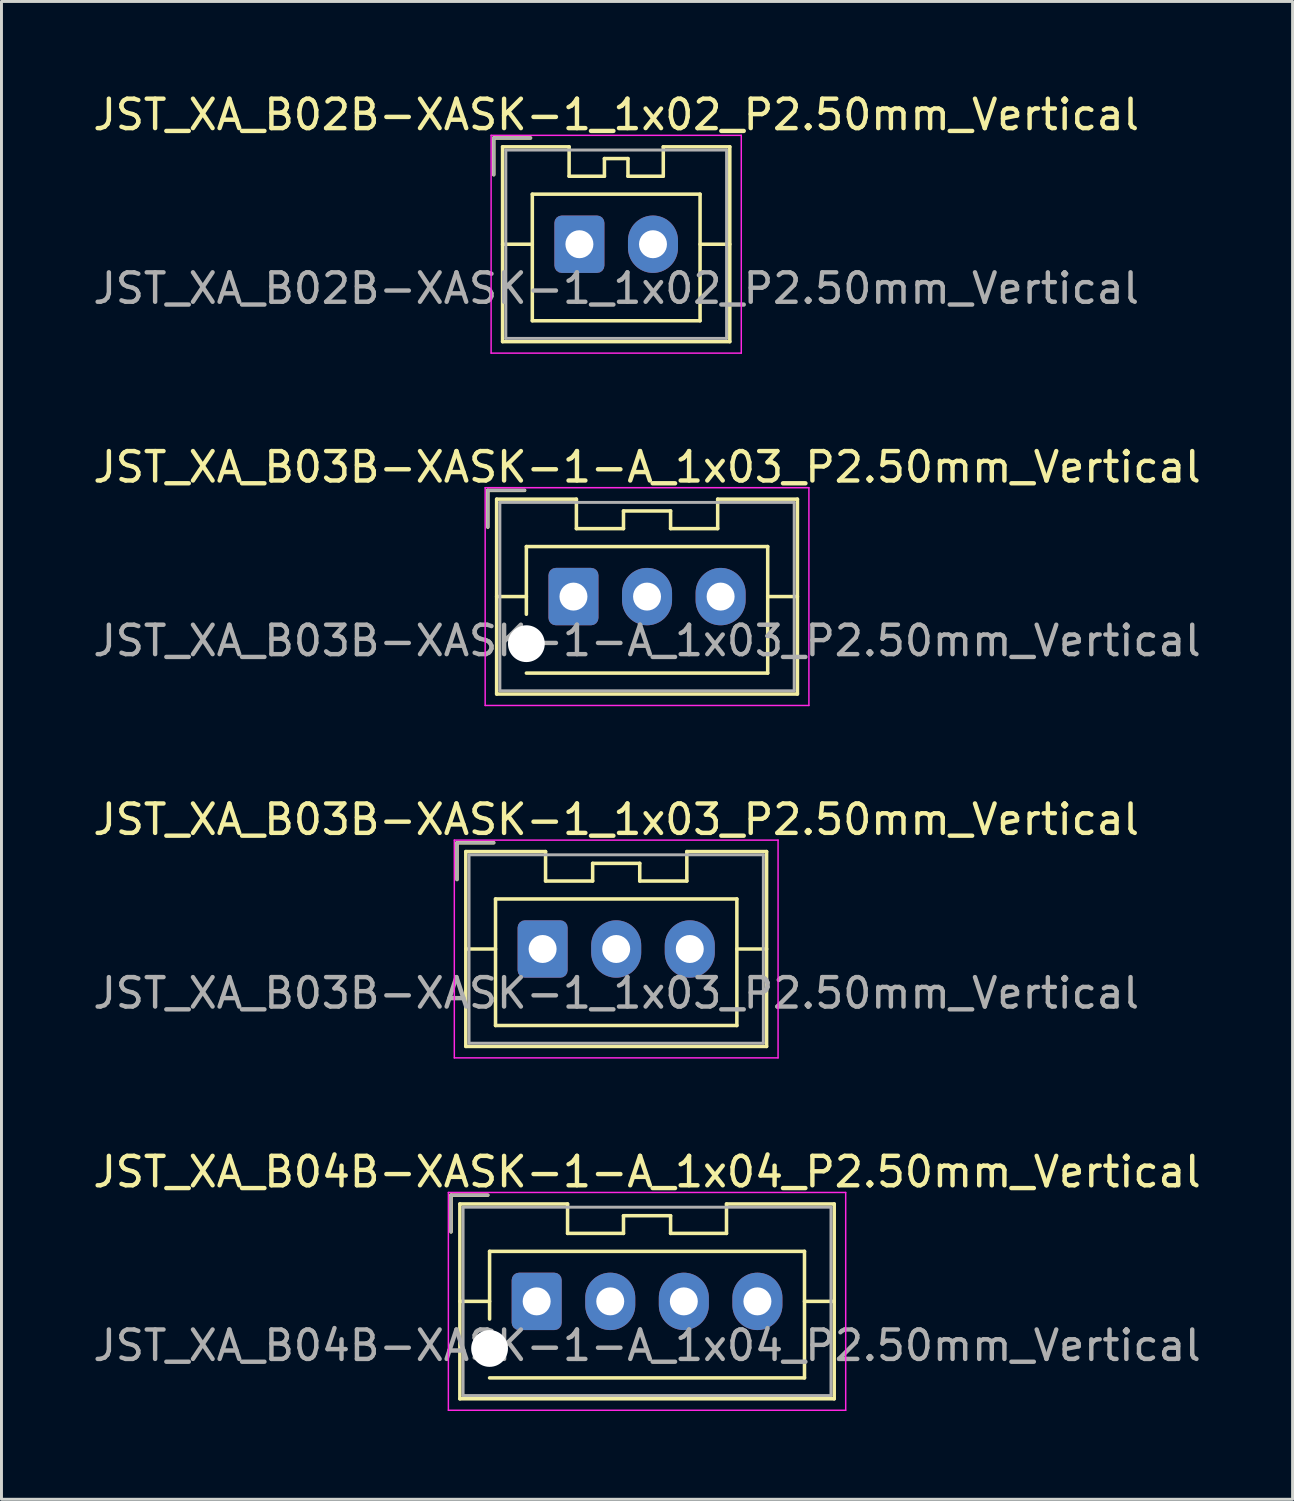
<source format=kicad_pcb>
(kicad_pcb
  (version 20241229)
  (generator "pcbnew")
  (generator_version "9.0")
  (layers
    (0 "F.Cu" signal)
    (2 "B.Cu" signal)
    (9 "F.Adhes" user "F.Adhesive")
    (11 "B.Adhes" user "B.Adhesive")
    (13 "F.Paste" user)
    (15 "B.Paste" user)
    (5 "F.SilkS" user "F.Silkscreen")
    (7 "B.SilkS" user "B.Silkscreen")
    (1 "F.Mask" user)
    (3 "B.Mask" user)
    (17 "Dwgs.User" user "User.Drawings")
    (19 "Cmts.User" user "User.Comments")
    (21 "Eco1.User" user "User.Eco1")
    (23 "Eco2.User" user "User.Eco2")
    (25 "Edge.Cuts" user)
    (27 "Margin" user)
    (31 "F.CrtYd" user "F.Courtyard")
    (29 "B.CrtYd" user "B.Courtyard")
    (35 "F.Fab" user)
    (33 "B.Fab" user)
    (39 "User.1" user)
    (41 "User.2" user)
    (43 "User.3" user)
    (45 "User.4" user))
  (footprint "JST_XA_B04B-XASK-1-A_1x04_P2.50mm_Vertical"
    (layer "F.Cu")
    (at 15.185 41.168)
    (property "Reference" "JST_XA_B04B-XASK-1-A_1x04_P2.50mm_Vertical" (at 3.75 -4.4 0) (layer "F.SilkS") (effects (font (size 1 1) (thickness 0.15))))
    (attr through_hole)
    (fp_line (start -2.91 -3.61) (end -2.91 -2.36) (stroke (width 0.12) (type solid)) (layer "F.SilkS"))
    (fp_line (start -2.61 -3.31) (end -2.61 3.31) (stroke (width 0.12) (type solid)) (layer "F.SilkS"))
    (fp_line (start -2.61 0) (end -1.6 0) (stroke (width 0.12) (type solid)) (layer "F.SilkS"))
    (fp_line (start -2.61 3.31) (end 10.11 3.31) (stroke (width 0.12) (type solid)) (layer "F.SilkS"))
    (fp_line (start -1.66 -3.61) (end -2.91 -3.61) (stroke (width 0.12) (type solid)) (layer "F.SilkS"))
    (fp_line (start -1.6 -1.7) (end 9.1 -1.7) (stroke (width 0.12) (type solid)) (layer "F.SilkS"))
    (fp_line (start -1.6 0.6) (end -1.6 -1.7) (stroke (width 0.12) (type solid)) (layer "F.SilkS"))
    (fp_line (start 1.05 -3.31) (end -2.61 -3.31) (stroke (width 0.12) (type solid)) (layer "F.SilkS"))
    (fp_line (start 1.05 -2.31) (end 1.05 -3.31) (stroke (width 0.12) (type solid)) (layer "F.SilkS"))
    (fp_line (start 2.95 -2.91) (end 2.95 -2.31) (stroke (width 0.12) (type solid)) (layer "F.SilkS"))
    (fp_line (start 2.95 -2.31) (end 1.05 -2.31) (stroke (width 0.12) (type solid)) (layer "F.SilkS"))
    (fp_line (start 4.55 -2.91) (end 2.95 -2.91) (stroke (width 0.12) (type solid)) (layer "F.SilkS"))
    (fp_line (start 4.55 -2.31) (end 4.55 -2.91) (stroke (width 0.12) (type solid)) (layer "F.SilkS"))
    (fp_line (start 6.45 -3.31) (end 6.45 -2.31) (stroke (width 0.12) (type solid)) (layer "F.SilkS"))
    (fp_line (start 6.45 -2.31) (end 4.55 -2.31) (stroke (width 0.12) (type solid)) (layer "F.SilkS"))
    (fp_line (start 9.1 -1.7) (end 9.1 2.6) (stroke (width 0.12) (type solid)) (layer "F.SilkS"))
    (fp_line (start 9.1 2.6) (end -1.6 2.6) (stroke (width 0.12) (type solid)) (layer "F.SilkS"))
    (fp_line (start 10.11 -3.31) (end 6.45 -3.31) (stroke (width 0.12) (type solid)) (layer "F.SilkS"))
    (fp_line (start 10.11 0) (end 9.1 0) (stroke (width 0.12) (type solid)) (layer "F.SilkS"))
    (fp_line (start 10.11 3.31) (end 10.11 -3.31) (stroke (width 0.12) (type solid)) (layer "F.SilkS"))
    (fp_line (start -3 -3.7) (end -3 3.7) (stroke (width 0.05) (type solid)) (layer "F.CrtYd"))
    (fp_line (start -3 3.7) (end 10.5 3.7) (stroke (width 0.05) (type solid)) (layer "F.CrtYd"))
    (fp_line (start 10.5 -3.7) (end -3 -3.7) (stroke (width 0.05) (type solid)) (layer "F.CrtYd"))
    (fp_line (start 10.5 3.7) (end 10.5 -3.7) (stroke (width 0.05) (type solid)) (layer "F.CrtYd"))
    (fp_line (start -2.91 -3.61) (end -2.91 -2.36) (stroke (width 0.1) (type solid)) (layer "F.Fab"))
    (fp_line (start -2.5 -3.2) (end -2.5 3.2) (stroke (width 0.1) (type solid)) (layer "F.Fab"))
    (fp_line (start -2.5 3.2) (end 10 3.2) (stroke (width 0.1) (type solid)) (layer "F.Fab"))
    (fp_line (start -1.66 -3.61) (end -2.91 -3.61) (stroke (width 0.1) (type solid)) (layer "F.Fab"))
    (fp_line (start 10 -3.2) (end -2.5 -3.2) (stroke (width 0.1) (type solid)) (layer "F.Fab"))
    (fp_line (start 10 3.2) (end 10 -3.2) (stroke (width 0.1) (type solid)) (layer "F.Fab"))
    (fp_text user "${REFERENCE}" (at 3.75 1.5 0) (layer "F.Fab") (effects (font (size 1 1) (thickness 0.15))))
    (pad "" np_thru_hole circle (at -1.6 1.6) (size 1.25 1.25) (drill 1.25) (layers "*.Cu" "*.Mask"))
    (pad "1" thru_hole roundrect (at 0 0) (size 1.7 1.95) (drill 0.95) (layers "*.Cu" "*.Mask") (roundrect_rratio 0.147))
    (pad "2" thru_hole oval (at 2.5 0) (size 1.7 1.95) (drill 0.95) (layers "*.Cu" "*.Mask"))
    (pad "3" thru_hole oval (at 5 0) (size 1.7 1.95) (drill 0.95) (layers "*.Cu" "*.Mask"))
    (pad "4" thru_hole oval (at 7.5 0) (size 1.7 1.95) (drill 0.95) (layers "*.Cu" "*.Mask")))
  (footprint "JST_XA_B03B-XASK-1-A_1x03_P2.50mm_Vertical"
    (layer "F.Cu")
    (at 16.435 17.221)
    (property "Reference" "JST_XA_B03B-XASK-1-A_1x03_P2.50mm_Vertical" (at 2.5 -4.4 0) (layer "F.SilkS") (effects (font (size 1 1) (thickness 0.15))))
    (attr through_hole)
    (fp_line (start -2.91 -3.61) (end -2.91 -2.36) (stroke (width 0.12) (type solid)) (layer "F.SilkS"))
    (fp_line (start -2.61 -3.31) (end -2.61 3.31) (stroke (width 0.12) (type solid)) (layer "F.SilkS"))
    (fp_line (start -2.61 0) (end -1.6 0) (stroke (width 0.12) (type solid)) (layer "F.SilkS"))
    (fp_line (start -2.61 3.31) (end 7.61 3.31) (stroke (width 0.12) (type solid)) (layer "F.SilkS"))
    (fp_line (start -1.66 -3.61) (end -2.91 -3.61) (stroke (width 0.12) (type solid)) (layer "F.SilkS"))
    (fp_line (start -1.6 -1.7) (end 6.6 -1.7) (stroke (width 0.12) (type solid)) (layer "F.SilkS"))
    (fp_line (start -1.6 0.6) (end -1.6 -1.7) (stroke (width 0.12) (type solid)) (layer "F.SilkS"))
    (fp_line (start 0.1 -3.31) (end -2.61 -3.31) (stroke (width 0.12) (type solid)) (layer "F.SilkS"))
    (fp_line (start 0.1 -2.31) (end 0.1 -3.31) (stroke (width 0.12) (type solid)) (layer "F.SilkS"))
    (fp_line (start 1.7 -2.91) (end 1.7 -2.31) (stroke (width 0.12) (type solid)) (layer "F.SilkS"))
    (fp_line (start 1.7 -2.31) (end 0.1 -2.31) (stroke (width 0.12) (type solid)) (layer "F.SilkS"))
    (fp_line (start 3.3 -2.91) (end 1.7 -2.91) (stroke (width 0.12) (type solid)) (layer "F.SilkS"))
    (fp_line (start 3.3 -2.31) (end 3.3 -2.91) (stroke (width 0.12) (type solid)) (layer "F.SilkS"))
    (fp_line (start 4.9 -3.31) (end 4.9 -2.31) (stroke (width 0.12) (type solid)) (layer "F.SilkS"))
    (fp_line (start 4.9 -2.31) (end 3.3 -2.31) (stroke (width 0.12) (type solid)) (layer "F.SilkS"))
    (fp_line (start 6.6 -1.7) (end 6.6 2.6) (stroke (width 0.12) (type solid)) (layer "F.SilkS"))
    (fp_line (start 6.6 2.6) (end -1.6 2.6) (stroke (width 0.12) (type solid)) (layer "F.SilkS"))
    (fp_line (start 7.61 -3.31) (end 4.9 -3.31) (stroke (width 0.12) (type solid)) (layer "F.SilkS"))
    (fp_line (start 7.61 0) (end 6.6 0) (stroke (width 0.12) (type solid)) (layer "F.SilkS"))
    (fp_line (start 7.61 3.31) (end 7.61 -3.31) (stroke (width 0.12) (type solid)) (layer "F.SilkS"))
    (fp_line (start -3 -3.7) (end -3 3.7) (stroke (width 0.05) (type solid)) (layer "F.CrtYd"))
    (fp_line (start -3 3.7) (end 8 3.7) (stroke (width 0.05) (type solid)) (layer "F.CrtYd"))
    (fp_line (start 8 -3.7) (end -3 -3.7) (stroke (width 0.05) (type solid)) (layer "F.CrtYd"))
    (fp_line (start 8 3.7) (end 8 -3.7) (stroke (width 0.05) (type solid)) (layer "F.CrtYd"))
    (fp_line (start -2.91 -3.61) (end -2.91 -2.36) (stroke (width 0.1) (type solid)) (layer "F.Fab"))
    (fp_line (start -2.5 -3.2) (end -2.5 3.2) (stroke (width 0.1) (type solid)) (layer "F.Fab"))
    (fp_line (start -2.5 3.2) (end 7.5 3.2) (stroke (width 0.1) (type solid)) (layer "F.Fab"))
    (fp_line (start -1.66 -3.61) (end -2.91 -3.61) (stroke (width 0.1) (type solid)) (layer "F.Fab"))
    (fp_line (start 7.5 -3.2) (end -2.5 -3.2) (stroke (width 0.1) (type solid)) (layer "F.Fab"))
    (fp_line (start 7.5 3.2) (end 7.5 -3.2) (stroke (width 0.1) (type solid)) (layer "F.Fab"))
    (fp_text user "${REFERENCE}" (at 2.5 1.5 0) (layer "F.Fab") (effects (font (size 1 1) (thickness 0.15))))
    (pad "" np_thru_hole circle (at -1.6 1.6) (size 1.25 1.25) (drill 1.25) (layers "*.Cu" "*.Mask"))
    (pad "1" thru_hole roundrect (at 0 0) (size 1.7 1.95) (drill 0.95) (layers "*.Cu" "*.Mask") (roundrect_rratio 0.147))
    (pad "2" thru_hole oval (at 2.5 0) (size 1.7 1.95) (drill 0.95) (layers "*.Cu" "*.Mask"))
    (pad "3" thru_hole oval (at 5 0) (size 1.7 1.95) (drill 0.95) (layers "*.Cu" "*.Mask")))
  (footprint "JST_XA_B02B-XASK-1_1x02_P2.50mm_Vertical"
    (layer "F.Cu")
    (at 16.637 5.248)
    (property "Reference" "JST_XA_B02B-XASK-1_1x02_P2.50mm_Vertical" (at 1.25 -4.4 0) (layer "F.SilkS") (effects (font (size 1 1) (thickness 0.15))))
    (attr through_hole)
    (fp_line (start -2.91 -3.61) (end -2.91 -2.36) (stroke (width 0.12) (type solid)) (layer "F.SilkS"))
    (fp_line (start -2.61 -3.31) (end -2.61 3.31) (stroke (width 0.12) (type solid)) (layer "F.SilkS"))
    (fp_line (start -2.61 0) (end -1.6 0) (stroke (width 0.12) (type solid)) (layer "F.SilkS"))
    (fp_line (start -2.61 3.31) (end 5.11 3.31) (stroke (width 0.12) (type solid)) (layer "F.SilkS"))
    (fp_line (start -1.66 -3.61) (end -2.91 -3.61) (stroke (width 0.12) (type solid)) (layer "F.SilkS"))
    (fp_line (start -1.6 -1.7) (end -1.6 2.6) (stroke (width 0.12) (type solid)) (layer "F.SilkS"))
    (fp_line (start -1.6 2.6) (end 4.1 2.6) (stroke (width 0.12) (type solid)) (layer "F.SilkS"))
    (fp_line (start -0.35 -3.31) (end -2.61 -3.31) (stroke (width 0.12) (type solid)) (layer "F.SilkS"))
    (fp_line (start -0.35 -2.31) (end -0.35 -3.31) (stroke (width 0.12) (type solid)) (layer "F.SilkS"))
    (fp_line (start 0.85 -2.91) (end 0.85 -2.31) (stroke (width 0.12) (type solid)) (layer "F.SilkS"))
    (fp_line (start 0.85 -2.31) (end -0.35 -2.31) (stroke (width 0.12) (type solid)) (layer "F.SilkS"))
    (fp_line (start 1.65 -2.91) (end 0.85 -2.91) (stroke (width 0.12) (type solid)) (layer "F.SilkS"))
    (fp_line (start 1.65 -2.31) (end 1.65 -2.91) (stroke (width 0.12) (type solid)) (layer "F.SilkS"))
    (fp_line (start 2.85 -3.31) (end 2.85 -2.31) (stroke (width 0.12) (type solid)) (layer "F.SilkS"))
    (fp_line (start 2.85 -2.31) (end 1.65 -2.31) (stroke (width 0.12) (type solid)) (layer "F.SilkS"))
    (fp_line (start 4.1 -1.7) (end -1.6 -1.7) (stroke (width 0.12) (type solid)) (layer "F.SilkS"))
    (fp_line (start 4.1 2.6) (end 4.1 -1.7) (stroke (width 0.12) (type solid)) (layer "F.SilkS"))
    (fp_line (start 5.11 -3.31) (end 2.85 -3.31) (stroke (width 0.12) (type solid)) (layer "F.SilkS"))
    (fp_line (start 5.11 0) (end 4.1 0) (stroke (width 0.12) (type solid)) (layer "F.SilkS"))
    (fp_line (start 5.11 3.31) (end 5.11 -3.31) (stroke (width 0.12) (type solid)) (layer "F.SilkS"))
    (fp_line (start -3 -3.7) (end -3 3.7) (stroke (width 0.05) (type solid)) (layer "F.CrtYd"))
    (fp_line (start -3 3.7) (end 5.5 3.7) (stroke (width 0.05) (type solid)) (layer "F.CrtYd"))
    (fp_line (start 5.5 -3.7) (end -3 -3.7) (stroke (width 0.05) (type solid)) (layer "F.CrtYd"))
    (fp_line (start 5.5 3.7) (end 5.5 -3.7) (stroke (width 0.05) (type solid)) (layer "F.CrtYd"))
    (fp_line (start -2.91 -3.61) (end -2.91 -2.36) (stroke (width 0.1) (type solid)) (layer "F.Fab"))
    (fp_line (start -2.5 -3.2) (end -2.5 3.2) (stroke (width 0.1) (type solid)) (layer "F.Fab"))
    (fp_line (start -2.5 3.2) (end 5 3.2) (stroke (width 0.1) (type solid)) (layer "F.Fab"))
    (fp_line (start -1.66 -3.61) (end -2.91 -3.61) (stroke (width 0.1) (type solid)) (layer "F.Fab"))
    (fp_line (start 5 -3.2) (end -2.5 -3.2) (stroke (width 0.1) (type solid)) (layer "F.Fab"))
    (fp_line (start 5 3.2) (end 5 -3.2) (stroke (width 0.1) (type solid)) (layer "F.Fab"))
    (fp_text user "${REFERENCE}" (at 1.25 1.5 0) (layer "F.Fab") (effects (font (size 1 1) (thickness 0.15))))
    (pad "1" thru_hole roundrect (at 0 0) (size 1.7 1.95) (drill 0.95) (layers "*.Cu" "*.Mask") (roundrect_rratio 0.147))
    (pad "2" thru_hole oval (at 2.5 0) (size 1.7 1.95) (drill 0.95) (layers "*.Cu" "*.Mask")))
  (footprint "JST_XA_B03B-XASK-1_1x03_P2.50mm_Vertical"
    (layer "F.Cu")
    (at 15.387 29.195)
    (property "Reference" "JST_XA_B03B-XASK-1_1x03_P2.50mm_Vertical" (at 2.5 -4.4 0) (layer "F.SilkS") (effects (font (size 1 1) (thickness 0.15))))
    (attr through_hole)
    (fp_line (start -2.91 -3.61) (end -2.91 -2.36) (stroke (width 0.12) (type solid)) (layer "F.SilkS"))
    (fp_line (start -2.61 -3.31) (end -2.61 3.31) (stroke (width 0.12) (type solid)) (layer "F.SilkS"))
    (fp_line (start -2.61 0) (end -1.6 0) (stroke (width 0.12) (type solid)) (layer "F.SilkS"))
    (fp_line (start -2.61 3.31) (end 7.61 3.31) (stroke (width 0.12) (type solid)) (layer "F.SilkS"))
    (fp_line (start -1.66 -3.61) (end -2.91 -3.61) (stroke (width 0.12) (type solid)) (layer "F.SilkS"))
    (fp_line (start -1.6 -1.7) (end -1.6 2.6) (stroke (width 0.12) (type solid)) (layer "F.SilkS"))
    (fp_line (start -1.6 2.6) (end 6.6 2.6) (stroke (width 0.12) (type solid)) (layer "F.SilkS"))
    (fp_line (start 0.1 -3.31) (end -2.61 -3.31) (stroke (width 0.12) (type solid)) (layer "F.SilkS"))
    (fp_line (start 0.1 -2.31) (end 0.1 -3.31) (stroke (width 0.12) (type solid)) (layer "F.SilkS"))
    (fp_line (start 1.7 -2.91) (end 1.7 -2.31) (stroke (width 0.12) (type solid)) (layer "F.SilkS"))
    (fp_line (start 1.7 -2.31) (end 0.1 -2.31) (stroke (width 0.12) (type solid)) (layer "F.SilkS"))
    (fp_line (start 3.3 -2.91) (end 1.7 -2.91) (stroke (width 0.12) (type solid)) (layer "F.SilkS"))
    (fp_line (start 3.3 -2.31) (end 3.3 -2.91) (stroke (width 0.12) (type solid)) (layer "F.SilkS"))
    (fp_line (start 4.9 -3.31) (end 4.9 -2.31) (stroke (width 0.12) (type solid)) (layer "F.SilkS"))
    (fp_line (start 4.9 -2.31) (end 3.3 -2.31) (stroke (width 0.12) (type solid)) (layer "F.SilkS"))
    (fp_line (start 6.6 -1.7) (end -1.6 -1.7) (stroke (width 0.12) (type solid)) (layer "F.SilkS"))
    (fp_line (start 6.6 2.6) (end 6.6 -1.7) (stroke (width 0.12) (type solid)) (layer "F.SilkS"))
    (fp_line (start 7.61 -3.31) (end 4.9 -3.31) (stroke (width 0.12) (type solid)) (layer "F.SilkS"))
    (fp_line (start 7.61 0) (end 6.6 0) (stroke (width 0.12) (type solid)) (layer "F.SilkS"))
    (fp_line (start 7.61 3.31) (end 7.61 -3.31) (stroke (width 0.12) (type solid)) (layer "F.SilkS"))
    (fp_line (start -3 -3.7) (end -3 3.7) (stroke (width 0.05) (type solid)) (layer "F.CrtYd"))
    (fp_line (start -3 3.7) (end 8 3.7) (stroke (width 0.05) (type solid)) (layer "F.CrtYd"))
    (fp_line (start 8 -3.7) (end -3 -3.7) (stroke (width 0.05) (type solid)) (layer "F.CrtYd"))
    (fp_line (start 8 3.7) (end 8 -3.7) (stroke (width 0.05) (type solid)) (layer "F.CrtYd"))
    (fp_line (start -2.91 -3.61) (end -2.91 -2.36) (stroke (width 0.1) (type solid)) (layer "F.Fab"))
    (fp_line (start -2.5 -3.2) (end -2.5 3.2) (stroke (width 0.1) (type solid)) (layer "F.Fab"))
    (fp_line (start -2.5 3.2) (end 7.5 3.2) (stroke (width 0.1) (type solid)) (layer "F.Fab"))
    (fp_line (start -1.66 -3.61) (end -2.91 -3.61) (stroke (width 0.1) (type solid)) (layer "F.Fab"))
    (fp_line (start 7.5 -3.2) (end -2.5 -3.2) (stroke (width 0.1) (type solid)) (layer "F.Fab"))
    (fp_line (start 7.5 3.2) (end 7.5 -3.2) (stroke (width 0.1) (type solid)) (layer "F.Fab"))
    (fp_text user "${REFERENCE}" (at 2.5 1.5 0) (layer "F.Fab") (effects (font (size 1 1) (thickness 0.15))))
    (pad "1" thru_hole roundrect (at 0 0) (size 1.7 1.95) (drill 0.95) (layers "*.Cu" "*.Mask") (roundrect_rratio 0.147))
    (pad "2" thru_hole oval (at 2.5 0) (size 1.7 1.95) (drill 0.95) (layers "*.Cu" "*.Mask"))
    (pad "3" thru_hole oval (at 5 0) (size 1.7 1.95) (drill 0.95) (layers "*.Cu" "*.Mask")))
  (gr_rect
    (start -3 -3)
    (end 40.869 47.893)
    (stroke (width 0.1) (type default))
    (fill no)
    (layer "Edge.Cuts")))
</source>
